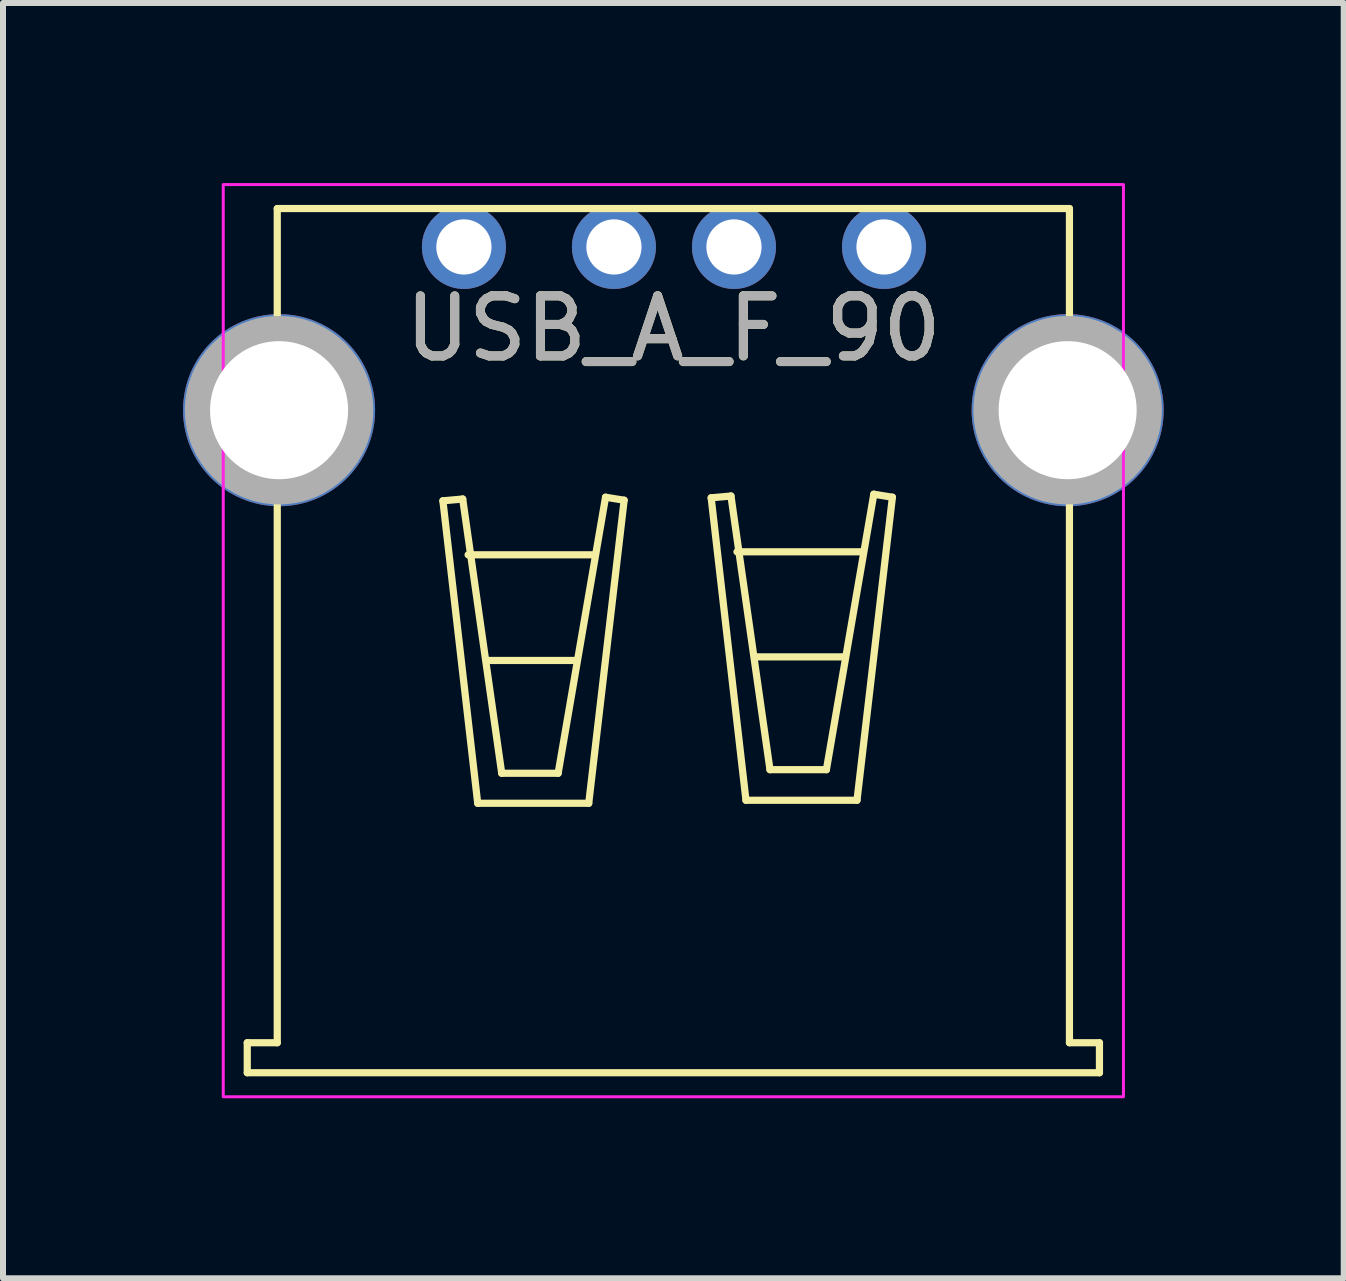
<source format=kicad_pcb>
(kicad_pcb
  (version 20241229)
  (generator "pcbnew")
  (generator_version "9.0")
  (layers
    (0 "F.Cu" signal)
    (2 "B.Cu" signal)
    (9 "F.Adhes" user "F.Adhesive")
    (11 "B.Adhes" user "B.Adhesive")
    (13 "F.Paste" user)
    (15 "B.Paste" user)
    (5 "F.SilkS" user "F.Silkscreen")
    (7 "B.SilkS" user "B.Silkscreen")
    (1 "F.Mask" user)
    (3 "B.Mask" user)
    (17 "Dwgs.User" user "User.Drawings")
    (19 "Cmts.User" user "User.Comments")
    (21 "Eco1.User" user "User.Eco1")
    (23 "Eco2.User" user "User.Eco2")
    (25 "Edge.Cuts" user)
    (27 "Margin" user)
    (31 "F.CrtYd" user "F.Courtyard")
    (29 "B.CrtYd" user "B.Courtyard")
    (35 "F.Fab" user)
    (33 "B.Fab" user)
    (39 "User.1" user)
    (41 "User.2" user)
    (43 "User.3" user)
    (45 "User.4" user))
  (footprint "USB_A_F_90"
    (layer "F.Cu")
    (at 8.17 2.425)
    (property "Reference" "USB_A_F_90" (at 0 0 0) (layer "F.SilkS") (effects (font (size 1 1) (thickness 0.15))))
    (attr through_hole)
    (fp_line (start -7.1 11.9) (end -7.1 12.4) (stroke (width 0.12) (type default)) (layer "F.SilkS"))
    (fp_line (start -7.1 11.9) (end -6.6 11.9) (stroke (width 0.12) (type default)) (layer "F.SilkS"))
    (fp_line (start -6.6 -2) (end 6.6 -2) (stroke (width 0.12) (type solid)) (layer "F.SilkS"))
    (fp_line (start -6.6 11.9) (end -6.6 -2) (stroke (width 0.12) (type solid)) (layer "F.SilkS"))
    (fp_line (start -3.84 2.87) (end -3.26 7.91) (stroke (width 0.12) (type solid)) (layer "F.SilkS"))
    (fp_line (start -3.51 2.84) (end -3.84 2.87) (stroke (width 0.12) (type solid)) (layer "F.SilkS"))
    (fp_line (start -3.42 3.77) (end -1.33 3.77) (stroke (width 0.12) (type solid)) (layer "F.SilkS"))
    (fp_line (start -3.26 7.91) (end -1.41 7.91) (stroke (width 0.12) (type solid)) (layer "F.SilkS"))
    (fp_line (start -3.09 5.53) (end -1.64 5.53) (stroke (width 0.12) (type solid)) (layer "F.SilkS"))
    (fp_line (start -2.86 7.41) (end -3.51 2.84) (stroke (width 0.12) (type solid)) (layer "F.SilkS"))
    (fp_line (start -1.92 7.41) (end -2.86 7.41) (stroke (width 0.12) (type solid)) (layer "F.SilkS"))
    (fp_line (start -1.41 7.91) (end -0.82 2.86) (stroke (width 0.12) (type solid)) (layer "F.SilkS"))
    (fp_line (start -1.13 2.81) (end -1.92 7.41) (stroke (width 0.12) (type solid)) (layer "F.SilkS"))
    (fp_line (start -0.82 2.86) (end -1.13 2.81) (stroke (width 0.12) (type solid)) (layer "F.SilkS"))
    (fp_line (start 0.63 2.82) (end 0.96 2.79) (stroke (width 0.12) (type solid)) (layer "F.SilkS"))
    (fp_line (start 0.96 2.79) (end 1.61 7.35) (stroke (width 0.12) (type solid)) (layer "F.SilkS"))
    (fp_line (start 1.06 3.72) (end 3.14 3.72) (stroke (width 0.12) (type solid)) (layer "F.SilkS"))
    (fp_line (start 1.21 7.86) (end 0.63 2.82) (stroke (width 0.12) (type solid)) (layer "F.SilkS"))
    (fp_line (start 1.39 5.47) (end 2.83 5.47) (stroke (width 0.12) (type solid)) (layer "F.SilkS"))
    (fp_line (start 1.61 7.35) (end 2.55 7.35) (stroke (width 0.12) (type solid)) (layer "F.SilkS"))
    (fp_line (start 2.55 7.35) (end 3.34 2.76) (stroke (width 0.12) (type solid)) (layer "F.SilkS"))
    (fp_line (start 3.06 7.86) (end 1.21 7.86) (stroke (width 0.12) (type solid)) (layer "F.SilkS"))
    (fp_line (start 3.34 2.76) (end 3.65 2.81) (stroke (width 0.12) (type solid)) (layer "F.SilkS"))
    (fp_line (start 3.65 2.81) (end 3.06 7.86) (stroke (width 0.12) (type solid)) (layer "F.SilkS"))
    (fp_line (start 6.6 -2) (end 6.6 11.9) (stroke (width 0.12) (type solid)) (layer "F.SilkS"))
    (fp_line (start 6.6 11.9) (end 7.1 11.9) (stroke (width 0.12) (type default)) (layer "F.SilkS"))
    (fp_line (start 7.1 11.9) (end 7.1 12.4) (stroke (width 0.12) (type default)) (layer "F.SilkS"))
    (fp_line (start 7.1 12.4) (end -7.1 12.4) (stroke (width 0.12) (type solid)) (layer "F.SilkS"))
    (fp_rect (start -7.5 -2.4) (end 7.5 12.8) (stroke (width 0.05) (type default)) (fill no) (layer "F.CrtYd"))
    (fp_circle (center -6.57 1.36) (end -6.05 1.36) (stroke (width 1.05) (type solid)) (fill no) (layer "F.Fab"))
    (fp_circle (center -3.49 -1.36) (end -3.31 -1.36) (stroke (width 0.36) (type solid)) (fill no) (layer "F.Fab"))
    (fp_circle (center -0.99 -1.36) (end -0.81 -1.36) (stroke (width 0.36) (type solid)) (fill no) (layer "F.Fab"))
    (fp_circle (center 1.01 -1.36) (end 1.19 -1.36) (stroke (width 0.36) (type solid)) (fill no) (layer "F.Fab"))
    (fp_circle (center 3.51 -1.36) (end 3.69 -1.36) (stroke (width 0.36) (type solid)) (fill no) (layer "F.Fab"))
    (fp_circle (center 6.57 1.36) (end 7.09 1.36) (stroke (width 1.05) (type solid)) (fill no) (layer "F.Fab"))
    (fp_text user "${REFERENCE}" (at 0 0 0) (layer "F.Fab") (effects (font (size 1 1) (thickness 0.15))))
    (pad "1" thru_hole circle (at -3.49 -1.36) (size 1.4 1.4) (drill 0.92) (layers "*.Cu" "*.Mask"))
    (pad "2" thru_hole circle (at -0.99 -1.36) (size 1.4 1.4) (drill 0.92) (layers "*.Cu" "*.Mask"))
    (pad "3" thru_hole circle (at 1.01 -1.36) (size 1.4 1.4) (drill 0.92) (layers "*.Cu" "*.Mask"))
    (pad "4" thru_hole circle (at 3.51 -1.36) (size 1.4 1.4) (drill 0.92) (layers "*.Cu" "*.Mask"))
    (pad "5" thru_hole circle (at -6.57 1.36) (size 3.2 3.2) (drill 2.3) (layers "*.Cu" "*.Mask"))
    (pad "5" thru_hole circle (at 6.57 1.36) (size 3.2 3.2) (drill 2.3) (layers "*.Cu" "*.Mask")))
  (gr_rect
    (start -3 -3)
    (end 19.34 18.25)
    (stroke (width 0.1) (type default))
    (fill no)
    (layer "Edge.Cuts")))
</source>
